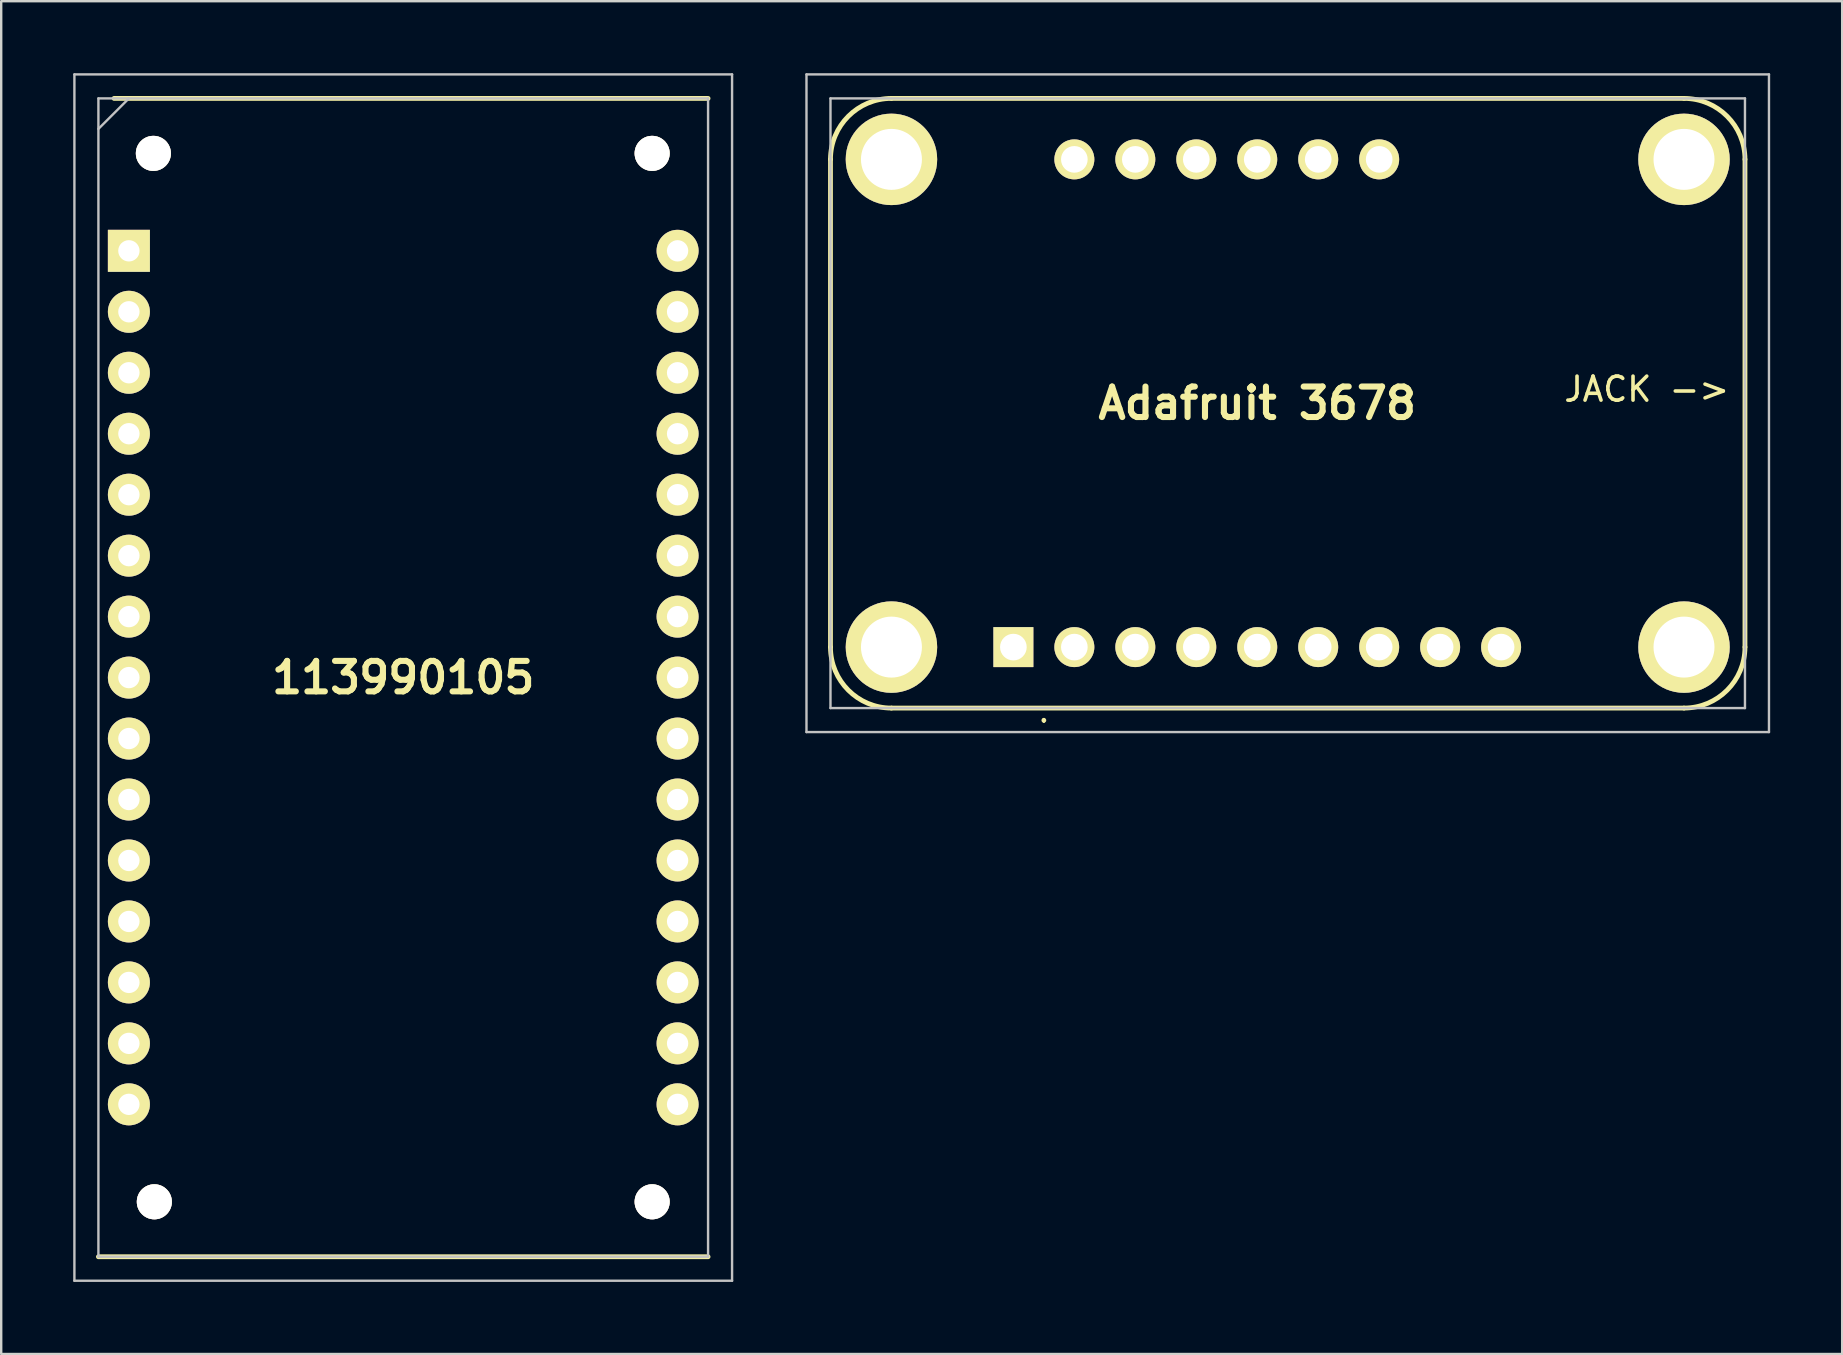
<source format=kicad_pcb>
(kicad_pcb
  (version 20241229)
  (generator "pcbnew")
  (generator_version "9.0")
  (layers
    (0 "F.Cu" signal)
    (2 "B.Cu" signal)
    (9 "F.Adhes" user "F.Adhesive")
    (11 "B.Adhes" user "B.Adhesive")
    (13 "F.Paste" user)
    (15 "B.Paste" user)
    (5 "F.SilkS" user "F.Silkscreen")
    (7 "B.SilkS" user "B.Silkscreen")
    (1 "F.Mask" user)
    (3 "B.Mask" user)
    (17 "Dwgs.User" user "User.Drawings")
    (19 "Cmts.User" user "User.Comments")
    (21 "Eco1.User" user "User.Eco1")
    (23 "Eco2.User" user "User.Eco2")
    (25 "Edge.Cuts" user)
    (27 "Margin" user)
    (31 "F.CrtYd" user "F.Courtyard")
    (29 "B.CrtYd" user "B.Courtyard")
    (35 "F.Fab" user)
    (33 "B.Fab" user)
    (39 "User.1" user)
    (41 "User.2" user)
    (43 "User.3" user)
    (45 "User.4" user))
  (footprint "113990105"
    (layer "F.Cu")
    (at 2.32 7.4)
    (property "Reference" "113990105" (at 11.43 17.78 0) (layer "F.SilkS") (effects (font (size 1.27 1.27) (thickness 0.254))))
    (attr through_hole exclude_from_pos_files)
    (fp_line (start -1.27 41.91) (end 24.13 41.91) (stroke (width 0.2) (type solid)) (layer "F.SilkS"))
    (fp_line (start -0.618 -6.35) (end 24.13 -6.35) (stroke (width 0.2) (type solid)) (layer "F.SilkS"))
    (fp_line (start -2.27 -7.35) (end 25.13 -7.35) (stroke (width 0.1) (type solid)) (layer "Dwgs.User"))
    (fp_line (start -2.27 42.91) (end -2.27 -7.35) (stroke (width 0.1) (type solid)) (layer "Dwgs.User"))
    (fp_line (start -1.27 -6.35) (end 24.13 -6.35) (stroke (width 0.1) (type solid)) (layer "Dwgs.User"))
    (fp_line (start -1.27 -5.08) (end 0 -6.35) (stroke (width 0.1) (type solid)) (layer "Dwgs.User"))
    (fp_line (start -1.27 41.91) (end -1.27 -6.35) (stroke (width 0.1) (type solid)) (layer "Dwgs.User"))
    (fp_line (start 24.13 -6.35) (end 24.13 41.91) (stroke (width 0.1) (type solid)) (layer "Dwgs.User"))
    (fp_line (start 24.13 41.91) (end -1.27 41.91) (stroke (width 0.1) (type solid)) (layer "Dwgs.User"))
    (fp_line (start 25.13 -7.35) (end 25.13 42.91) (stroke (width 0.1) (type solid)) (layer "Dwgs.User"))
    (fp_line (start 25.13 42.91) (end -2.27 42.91) (stroke (width 0.1) (type solid)) (layer "Dwgs.User"))
    (pad "1" thru_hole rect (at 0 0 90) (size 1.75 1.75) (drill 0.889) (layers "*.Cu" "*.Mask" "F.SilkS"))
    (pad "2" thru_hole circle (at 0 2.54 90) (size 1.75 1.75) (drill 0.889) (layers "*.Cu" "*.Mask" "F.SilkS"))
    (pad "3" thru_hole circle (at 0 5.08 90) (size 1.75 1.75) (drill 0.889) (layers "*.Cu" "*.Mask" "F.SilkS"))
    (pad "4" thru_hole circle (at 0 7.62 90) (size 1.75 1.75) (drill 0.889) (layers "*.Cu" "*.Mask" "F.SilkS"))
    (pad "5" thru_hole circle (at 0 10.16 90) (size 1.75 1.75) (drill 0.889) (layers "*.Cu" "*.Mask" "F.SilkS"))
    (pad "6" thru_hole circle (at 0 12.7 90) (size 1.75 1.75) (drill 0.889) (layers "*.Cu" "*.Mask" "F.SilkS"))
    (pad "7" thru_hole circle (at 0 15.24 90) (size 1.75 1.75) (drill 0.889) (layers "*.Cu" "*.Mask" "F.SilkS"))
    (pad "8" thru_hole circle (at 0 17.78 90) (size 1.75 1.75) (drill 0.889) (layers "*.Cu" "*.Mask" "F.SilkS"))
    (pad "9" thru_hole circle (at 0 20.32 90) (size 1.75 1.75) (drill 0.889) (layers "*.Cu" "*.Mask" "F.SilkS"))
    (pad "10" thru_hole circle (at 0 22.86 90) (size 1.75 1.75) (drill 0.889) (layers "*.Cu" "*.Mask" "F.SilkS"))
    (pad "11" thru_hole circle (at 0 25.4 90) (size 1.75 1.75) (drill 0.889) (layers "*.Cu" "*.Mask" "F.SilkS"))
    (pad "12" thru_hole circle (at 0 27.94 90) (size 1.75 1.75) (drill 0.889) (layers "*.Cu" "*.Mask" "F.SilkS"))
    (pad "13" thru_hole circle (at 0 30.48 90) (size 1.75 1.75) (drill 0.889) (layers "*.Cu" "*.Mask" "F.SilkS"))
    (pad "14" thru_hole circle (at 0 33.02 90) (size 1.75 1.75) (drill 0.889) (layers "*.Cu" "*.Mask" "F.SilkS"))
    (pad "15" thru_hole circle (at 0 35.56 90) (size 1.75 1.75) (drill 0.889) (layers "*.Cu" "*.Mask" "F.SilkS"))
    (pad "16" thru_hole circle (at 22.86 35.56 90) (size 1.75 1.75) (drill 0.889) (layers "*.Cu" "*.Mask" "F.SilkS"))
    (pad "17" thru_hole circle (at 22.86 33.02 90) (size 1.75 1.75) (drill 0.889) (layers "*.Cu" "*.Mask" "F.SilkS"))
    (pad "18" thru_hole circle (at 22.86 30.48 90) (size 1.75 1.75) (drill 0.889) (layers "*.Cu" "*.Mask" "F.SilkS"))
    (pad "19" thru_hole circle (at 22.86 27.94 90) (size 1.75 1.75) (drill 0.889) (layers "*.Cu" "*.Mask" "F.SilkS"))
    (pad "20" thru_hole circle (at 22.86 25.4 90) (size 1.75 1.75) (drill 0.889) (layers "*.Cu" "*.Mask" "F.SilkS"))
    (pad "21" thru_hole circle (at 22.86 22.86 90) (size 1.75 1.75) (drill 0.889) (layers "*.Cu" "*.Mask" "F.SilkS"))
    (pad "22" thru_hole circle (at 22.86 20.32 90) (size 1.75 1.75) (drill 0.889) (layers "*.Cu" "*.Mask" "F.SilkS"))
    (pad "23" thru_hole circle (at 22.86 17.78 90) (size 1.75 1.75) (drill 0.889) (layers "*.Cu" "*.Mask" "F.SilkS"))
    (pad "24" thru_hole circle (at 22.86 15.24 90) (size 1.75 1.75) (drill 0.889) (layers "*.Cu" "*.Mask" "F.SilkS"))
    (pad "25" thru_hole circle (at 22.86 12.7 90) (size 1.75 1.75) (drill 0.889) (layers "*.Cu" "*.Mask" "F.SilkS"))
    (pad "26" thru_hole circle (at 22.86 10.16 90) (size 1.75 1.75) (drill 0.889) (layers "*.Cu" "*.Mask" "F.SilkS"))
    (pad "27" thru_hole circle (at 22.86 7.62 90) (size 1.75 1.75) (drill 0.889) (layers "*.Cu" "*.Mask" "F.SilkS"))
    (pad "28" thru_hole circle (at 22.86 5.08 90) (size 1.75 1.75) (drill 0.889) (layers "*.Cu" "*.Mask" "F.SilkS"))
    (pad "29" thru_hole circle (at 22.86 2.54 90) (size 1.75 1.75) (drill 0.889) (layers "*.Cu" "*.Mask" "F.SilkS"))
    (pad "30" thru_hole circle (at 22.86 0 90) (size 1.75 1.75) (drill 0.889) (layers "*.Cu" "*.Mask" "F.SilkS"))
    (pad "31" thru_hole circle (at 1.02 -4.06 90) (size 1.46 1.46) (drill 2.92) (layers "*.Cu" "*.Mask" "F.SilkS"))
    (pad "32" thru_hole circle (at 21.8 -4.06 90) (size 1.46 1.46) (drill 2.92) (layers "*.Cu" "*.Mask" "F.SilkS"))
    (pad "33" thru_hole circle (at 1.06 39.62 90) (size 1.46 1.46) (drill 2.92) (layers "*.Cu" "*.Mask" "F.SilkS"))
    (pad "34" thru_hole circle (at 21.8 39.62 90) (size 1.46 1.46) (drill 2.92) (layers "*.Cu" "*.Mask" "F.SilkS")))
  (footprint "Adafruit 3678"
    (layer "F.Cu")
    (at 40.44 23.91)
    (property "Reference" "Adafruit 3678" (at 8.89 -10.16 0) (layer "F.SilkS") (effects (font (size 1.27 1.27) (thickness 0.254))))
    (attr through_hole exclude_from_pos_files)
    (fp_line (start -8.89 0) (end -8.89 -20.32) (stroke (width 0.2) (type solid)) (layer "F.SilkS"))
    (fp_line (start -6.35 -22.86) (end 26.67 -22.86) (stroke (width 0.2) (type solid)) (layer "F.SilkS"))
    (fp_line (start 0 3) (end 0 3) (stroke (width 0.1) (type solid)) (layer "F.SilkS"))
    (fp_line (start 0 3.1) (end 0 3.1) (stroke (width 0.1) (type solid)) (layer "F.SilkS"))
    (fp_line (start 26.67 2.54) (end -6.35 2.54) (stroke (width 0.2) (type solid)) (layer "F.SilkS"))
    (fp_line (start 29.21 -20.32) (end 29.21 0) (stroke (width 0.2) (type solid)) (layer "F.SilkS"))
    (fp_arc (start -8.89 -20.32) (mid -8.146051 -22.116051) (end -6.35 -22.86) (stroke (width 0.2) (type default)) (layer "F.SilkS"))
    (fp_arc (start -6.35 2.54) (mid -8.146051 1.796051) (end -8.89 0) (stroke (width 0.2) (type default)) (layer "F.SilkS"))
    (fp_arc (start 0 3) (mid 0.05 3.05) (end 0 3.1) (stroke (width 0.1) (type solid)) (layer "F.SilkS"))
    (fp_arc (start 0 3.1) (mid -0.05 3.05) (end 0 3) (stroke (width 0.1) (type solid)) (layer "F.SilkS"))
    (fp_arc (start 26.67 -22.86) (mid 28.466051 -22.116051) (end 29.21 -20.32) (stroke (width 0.2) (type default)) (layer "F.SilkS"))
    (fp_arc (start 29.21 0) (mid 28.466051 1.796051) (end 26.67 2.54) (stroke (width 0.2) (type default)) (layer "F.SilkS"))
    (fp_line (start -9.89 -23.86) (end 30.21 -23.86) (stroke (width 0.1) (type solid)) (layer "Dwgs.User"))
    (fp_line (start -9.89 3.54) (end -9.89 -23.86) (stroke (width 0.1) (type solid)) (layer "Dwgs.User"))
    (fp_line (start -8.89 -22.86) (end 29.21 -22.86) (stroke (width 0.1) (type solid)) (layer "Dwgs.User"))
    (fp_line (start -8.89 2.54) (end -8.89 -22.86) (stroke (width 0.1) (type solid)) (layer "Dwgs.User"))
    (fp_line (start 29.21 -22.86) (end 29.21 2.54) (stroke (width 0.1) (type solid)) (layer "Dwgs.User"))
    (fp_line (start 29.21 2.54) (end -8.89 2.54) (stroke (width 0.1) (type solid)) (layer "Dwgs.User"))
    (fp_line (start 30.21 -23.86) (end 30.21 3.54) (stroke (width 0.1) (type solid)) (layer "Dwgs.User"))
    (fp_line (start 30.21 3.54) (end -9.89 3.54) (stroke (width 0.1) (type solid)) (layer "Dwgs.User"))
    (fp_text user "JACK ->" (at 21.59 -10.16 0) (unlocked yes) (layer "F.SilkS") (effects (font (size 1 1) (thickness 0.15)) (justify left bottom)))
    (pad "1" thru_hole rect (at -1.27 0 90) (size 1.665 1.665) (drill 1.11) (layers "*.Cu" "*.Mask" "F.SilkS"))
    (pad "2" thru_hole circle (at 1.27 0 90) (size 1.665 1.665) (drill 1.11) (layers "*.Cu" "*.Mask" "F.SilkS"))
    (pad "3" thru_hole circle (at 3.81 0 90) (size 1.665 1.665) (drill 1.11) (layers "*.Cu" "*.Mask" "F.SilkS"))
    (pad "4" thru_hole circle (at 6.35 0 90) (size 1.665 1.665) (drill 1.11) (layers "*.Cu" "*.Mask" "F.SilkS"))
    (pad "5" thru_hole circle (at 8.89 0 90) (size 1.665 1.665) (drill 1.11) (layers "*.Cu" "*.Mask" "F.SilkS"))
    (pad "6" thru_hole circle (at 11.43 0 90) (size 1.665 1.665) (drill 1.11) (layers "*.Cu" "*.Mask" "F.SilkS"))
    (pad "7" thru_hole circle (at 13.97 0 90) (size 1.665 1.665) (drill 1.11) (layers "*.Cu" "*.Mask" "F.SilkS"))
    (pad "8" thru_hole circle (at 16.51 0 90) (size 1.665 1.665) (drill 1.11) (layers "*.Cu" "*.Mask" "F.SilkS"))
    (pad "9" thru_hole circle (at 19.05 0 90) (size 1.665 1.665) (drill 1.11) (layers "*.Cu" "*.Mask" "F.SilkS"))
    (pad "10" thru_hole circle (at 13.97 -20.32 90) (size 1.665 1.665) (drill 1.11) (layers "*.Cu" "*.Mask" "F.SilkS"))
    (pad "11" thru_hole circle (at 11.43 -20.32 90) (size 1.665 1.665) (drill 1.11) (layers "*.Cu" "*.Mask" "F.SilkS"))
    (pad "12" thru_hole circle (at 8.89 -20.32 90) (size 1.665 1.665) (drill 1.11) (layers "*.Cu" "*.Mask" "F.SilkS"))
    (pad "13" thru_hole circle (at 6.35 -20.32 90) (size 1.665 1.665) (drill 1.11) (layers "*.Cu" "*.Mask" "F.SilkS"))
    (pad "14" thru_hole circle (at 3.81 -20.32 90) (size 1.665 1.665) (drill 1.11) (layers "*.Cu" "*.Mask" "F.SilkS"))
    (pad "15" thru_hole circle (at 1.27 -20.32 90) (size 1.665 1.665) (drill 1.11) (layers "*.Cu" "*.Mask" "F.SilkS"))
    (pad "MH1" thru_hole circle (at -6.35 0 90) (size 3.81 3.81) (drill 2.54) (layers "*.Cu" "*.Mask" "F.SilkS"))
    (pad "MH2" thru_hole circle (at 26.67 0 90) (size 3.81 3.81) (drill 2.54) (layers "*.Cu" "*.Mask" "F.SilkS"))
    (pad "MH3" thru_hole circle (at 26.67 -20.32 90) (size 3.81 3.81) (drill 2.54) (layers "*.Cu" "*.Mask" "F.SilkS"))
    (pad "MH4" thru_hole circle (at -6.35 -20.32 90) (size 3.81 3.81) (drill 2.54) (layers "*.Cu" "*.Mask" "F.SilkS")))
  (gr_rect
    (start -3 -3)
    (end 73.7 53.36)
    (stroke (width 0.1) (type default))
    (fill no)
    (layer "Edge.Cuts")))
</source>
